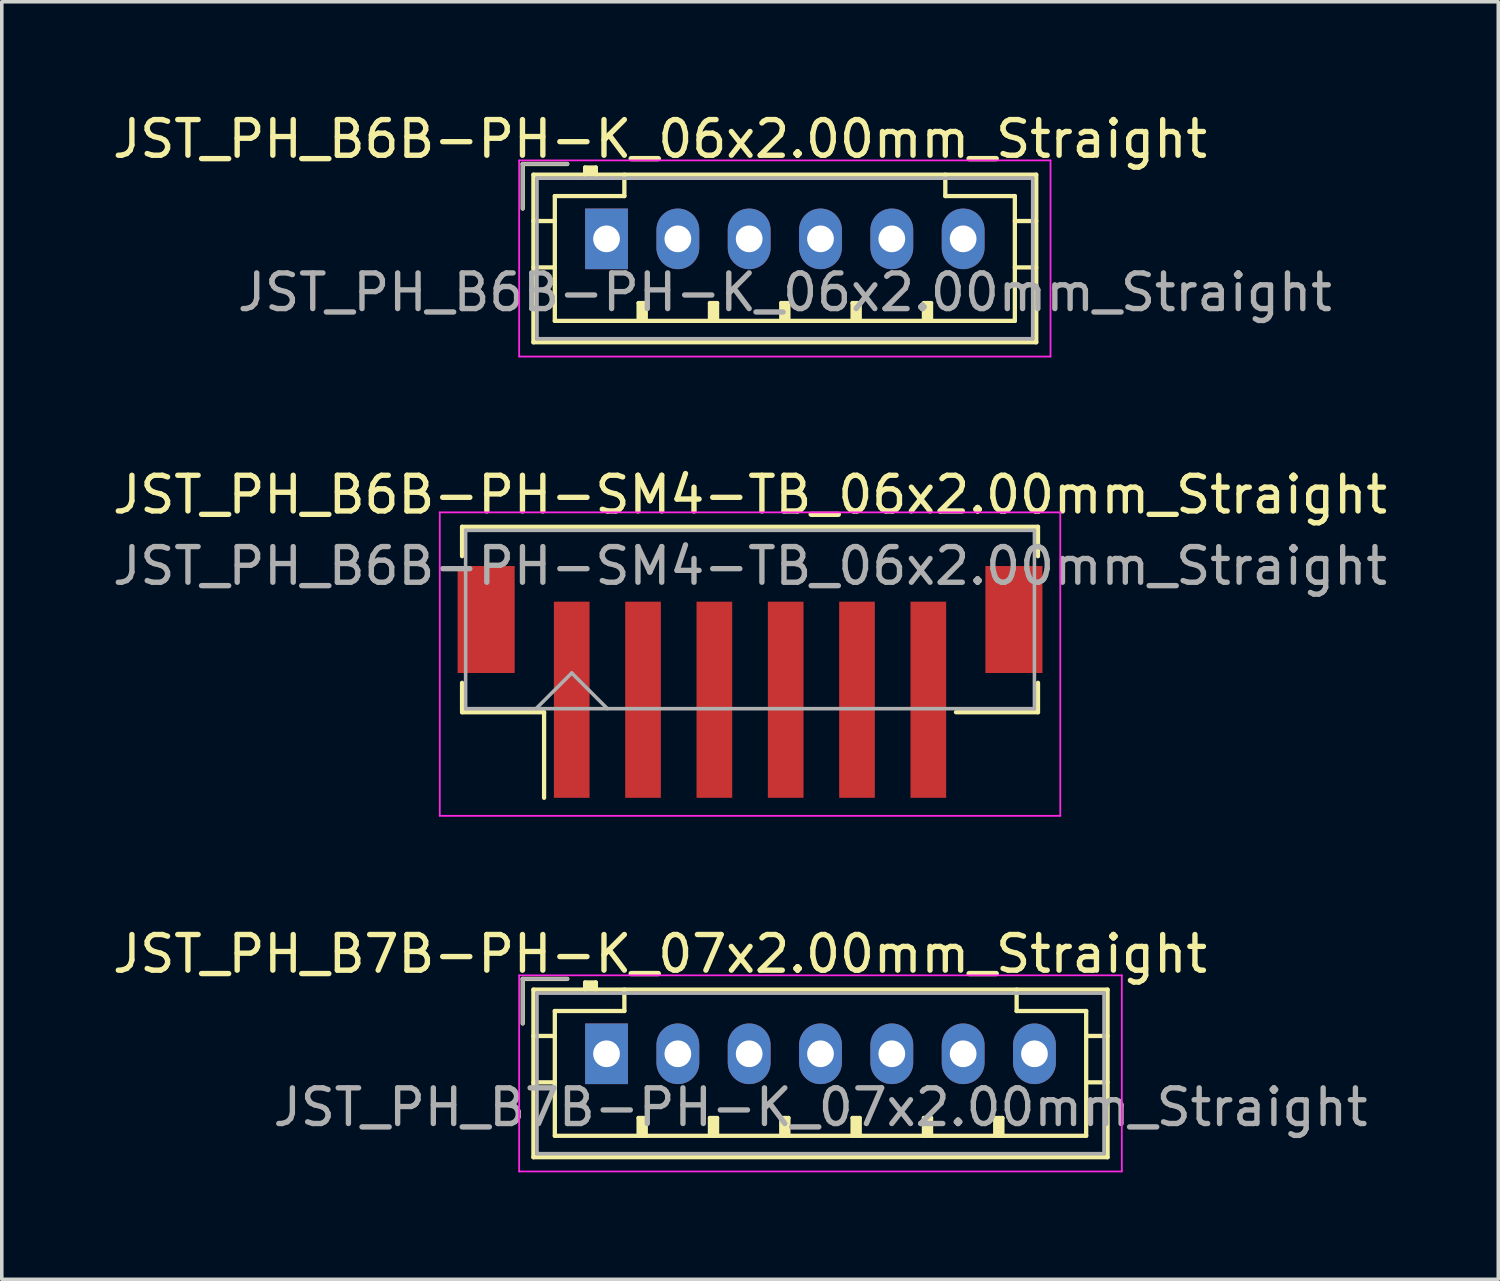
<source format=kicad_pcb>
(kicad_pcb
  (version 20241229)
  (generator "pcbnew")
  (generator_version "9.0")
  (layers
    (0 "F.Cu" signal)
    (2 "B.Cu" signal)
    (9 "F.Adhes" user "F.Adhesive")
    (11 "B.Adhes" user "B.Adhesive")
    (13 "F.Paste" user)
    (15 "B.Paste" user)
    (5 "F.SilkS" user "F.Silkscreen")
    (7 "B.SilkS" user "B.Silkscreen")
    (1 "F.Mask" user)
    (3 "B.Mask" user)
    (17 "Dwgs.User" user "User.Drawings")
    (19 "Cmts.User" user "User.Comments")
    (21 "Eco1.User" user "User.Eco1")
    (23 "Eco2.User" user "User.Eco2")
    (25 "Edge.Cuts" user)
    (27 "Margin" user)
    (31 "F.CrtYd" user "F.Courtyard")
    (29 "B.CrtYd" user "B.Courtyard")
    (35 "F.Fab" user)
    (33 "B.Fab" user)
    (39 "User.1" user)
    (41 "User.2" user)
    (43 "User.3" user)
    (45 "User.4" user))
  (footprint "JST_PH_B6B-PH-K_06x2.00mm_Straight"
    (layer "F.Cu")
    (at 13.958 3.648)
    (property "Reference" "JST_PH_B6B-PH-K_06x2.00mm_Straight" (at 1.5 -2.8 0) (layer "F.SilkS") (effects (font (size 1 1) (thickness 0.15))))
    (attr through_hole)
    (fp_line (start -2.35 -2.1) (end -2.35 -0.85) (stroke (width 0.12) (type solid)) (layer "F.SilkS"))
    (fp_line (start -2.05 -1.8) (end -2.05 2.9) (stroke (width 0.12) (type solid)) (layer "F.SilkS"))
    (fp_line (start -2.05 -0.5) (end -1.45 -0.5) (stroke (width 0.12) (type solid)) (layer "F.SilkS"))
    (fp_line (start -2.05 0.8) (end -1.45 0.8) (stroke (width 0.12) (type solid)) (layer "F.SilkS"))
    (fp_line (start -2.05 2.9) (end 12.05 2.9) (stroke (width 0.12) (type solid)) (layer "F.SilkS"))
    (fp_line (start -1.45 -1.2) (end -1.45 2.3) (stroke (width 0.12) (type solid)) (layer "F.SilkS"))
    (fp_line (start -1.45 2.3) (end 11.45 2.3) (stroke (width 0.12) (type solid)) (layer "F.SilkS"))
    (fp_line (start -1.1 -2.1) (end -2.35 -2.1) (stroke (width 0.12) (type solid)) (layer "F.SilkS"))
    (fp_line (start -0.6 -2) (end -0.6 -1.8) (stroke (width 0.12) (type solid)) (layer "F.SilkS"))
    (fp_line (start -0.3 -2) (end -0.6 -2) (stroke (width 0.12) (type solid)) (layer "F.SilkS"))
    (fp_line (start -0.3 -1.9) (end -0.6 -1.9) (stroke (width 0.12) (type solid)) (layer "F.SilkS"))
    (fp_line (start -0.3 -1.8) (end -0.3 -2) (stroke (width 0.12) (type solid)) (layer "F.SilkS"))
    (fp_line (start 0.5 -1.8) (end 0.5 -1.2) (stroke (width 0.12) (type solid)) (layer "F.SilkS"))
    (fp_line (start 0.5 -1.2) (end -1.45 -1.2) (stroke (width 0.12) (type solid)) (layer "F.SilkS"))
    (fp_line (start 0.9 1.8) (end 1.1 1.8) (stroke (width 0.12) (type solid)) (layer "F.SilkS"))
    (fp_line (start 0.9 2.3) (end 0.9 1.8) (stroke (width 0.12) (type solid)) (layer "F.SilkS"))
    (fp_line (start 1 2.3) (end 1 1.8) (stroke (width 0.12) (type solid)) (layer "F.SilkS"))
    (fp_line (start 1.1 1.8) (end 1.1 2.3) (stroke (width 0.12) (type solid)) (layer "F.SilkS"))
    (fp_line (start 2.9 1.8) (end 3.1 1.8) (stroke (width 0.12) (type solid)) (layer "F.SilkS"))
    (fp_line (start 2.9 2.3) (end 2.9 1.8) (stroke (width 0.12) (type solid)) (layer "F.SilkS"))
    (fp_line (start 3 2.3) (end 3 1.8) (stroke (width 0.12) (type solid)) (layer "F.SilkS"))
    (fp_line (start 3.1 1.8) (end 3.1 2.3) (stroke (width 0.12) (type solid)) (layer "F.SilkS"))
    (fp_line (start 4.9 1.8) (end 5.1 1.8) (stroke (width 0.12) (type solid)) (layer "F.SilkS"))
    (fp_line (start 4.9 2.3) (end 4.9 1.8) (stroke (width 0.12) (type solid)) (layer "F.SilkS"))
    (fp_line (start 5 2.3) (end 5 1.8) (stroke (width 0.12) (type solid)) (layer "F.SilkS"))
    (fp_line (start 5.1 1.8) (end 5.1 2.3) (stroke (width 0.12) (type solid)) (layer "F.SilkS"))
    (fp_line (start 6.9 1.8) (end 7.1 1.8) (stroke (width 0.12) (type solid)) (layer "F.SilkS"))
    (fp_line (start 6.9 2.3) (end 6.9 1.8) (stroke (width 0.12) (type solid)) (layer "F.SilkS"))
    (fp_line (start 7 2.3) (end 7 1.8) (stroke (width 0.12) (type solid)) (layer "F.SilkS"))
    (fp_line (start 7.1 1.8) (end 7.1 2.3) (stroke (width 0.12) (type solid)) (layer "F.SilkS"))
    (fp_line (start 8.9 1.8) (end 9.1 1.8) (stroke (width 0.12) (type solid)) (layer "F.SilkS"))
    (fp_line (start 8.9 2.3) (end 8.9 1.8) (stroke (width 0.12) (type solid)) (layer "F.SilkS"))
    (fp_line (start 9 2.3) (end 9 1.8) (stroke (width 0.12) (type solid)) (layer "F.SilkS"))
    (fp_line (start 9.1 1.8) (end 9.1 2.3) (stroke (width 0.12) (type solid)) (layer "F.SilkS"))
    (fp_line (start 9.5 -1.2) (end 9.5 -1.8) (stroke (width 0.12) (type solid)) (layer "F.SilkS"))
    (fp_line (start 11.45 -1.2) (end 9.5 -1.2) (stroke (width 0.12) (type solid)) (layer "F.SilkS"))
    (fp_line (start 11.45 2.3) (end 11.45 -1.2) (stroke (width 0.12) (type solid)) (layer "F.SilkS"))
    (fp_line (start 12.05 -1.8) (end -2.05 -1.8) (stroke (width 0.12) (type solid)) (layer "F.SilkS"))
    (fp_line (start 12.05 -0.5) (end 11.45 -0.5) (stroke (width 0.12) (type solid)) (layer "F.SilkS"))
    (fp_line (start 12.05 0.8) (end 11.45 0.8) (stroke (width 0.12) (type solid)) (layer "F.SilkS"))
    (fp_line (start 12.05 2.9) (end 12.05 -1.8) (stroke (width 0.12) (type solid)) (layer "F.SilkS"))
    (fp_line (start -2.45 -2.2) (end -2.45 3.3) (stroke (width 0.05) (type solid)) (layer "F.CrtYd"))
    (fp_line (start -2.45 3.3) (end 12.45 3.3) (stroke (width 0.05) (type solid)) (layer "F.CrtYd"))
    (fp_line (start 12.45 -2.2) (end -2.45 -2.2) (stroke (width 0.05) (type solid)) (layer "F.CrtYd"))
    (fp_line (start 12.45 3.3) (end 12.45 -2.2) (stroke (width 0.05) (type solid)) (layer "F.CrtYd"))
    (fp_line (start -2.35 -2.1) (end -2.35 -0.85) (stroke (width 0.1) (type solid)) (layer "F.Fab"))
    (fp_line (start -1.95 -1.7) (end -1.95 2.8) (stroke (width 0.1) (type solid)) (layer "F.Fab"))
    (fp_line (start -1.95 2.8) (end 11.95 2.8) (stroke (width 0.1) (type solid)) (layer "F.Fab"))
    (fp_line (start -1.1 -2.1) (end -2.35 -2.1) (stroke (width 0.1) (type solid)) (layer "F.Fab"))
    (fp_line (start 11.95 -1.7) (end -1.95 -1.7) (stroke (width 0.1) (type solid)) (layer "F.Fab"))
    (fp_line (start 11.95 2.8) (end 11.95 -1.7) (stroke (width 0.1) (type solid)) (layer "F.Fab"))
    (fp_text user "${REFERENCE}" (at 5 1.5 0) (layer "F.Fab") (effects (font (size 1 1) (thickness 0.15))))
    (pad "1" thru_hole rect (at 0 0) (size 1.2 1.7) (drill 0.75) (layers "*.Cu" "*.Mask"))
    (pad "2" thru_hole oval (at 2 0) (size 1.2 1.7) (drill 0.75) (layers "*.Cu" "*.Mask"))
    (pad "3" thru_hole oval (at 4 0) (size 1.2 1.7) (drill 0.75) (layers "*.Cu" "*.Mask"))
    (pad "4" thru_hole oval (at 6 0) (size 1.2 1.7) (drill 0.75) (layers "*.Cu" "*.Mask"))
    (pad "5" thru_hole oval (at 8 0) (size 1.2 1.7) (drill 0.75) (layers "*.Cu" "*.Mask"))
    (pad "6" thru_hole oval (at 10 0) (size 1.2 1.7) (drill 0.75) (layers "*.Cu" "*.Mask")))
  (footprint "JST_PH_B6B-PH-SM4-TB_06x2.00mm_Straight"
    (layer "F.Cu")
    (at 17.982 15.447)
    (property "Reference" "JST_PH_B6B-PH-SM4-TB_06x2.00mm_Straight" (at 0 -4.625 0) (layer "F.SilkS") (effects (font (size 1 1) (thickness 0.15))))
    (attr smd)
    (fp_line (start -8.075 -3.725) (end 8.075 -3.725) (stroke (width 0.12) (type solid)) (layer "F.SilkS"))
    (fp_line (start -8.075 -2.9) (end -8.075 -3.725) (stroke (width 0.12) (type solid)) (layer "F.SilkS"))
    (fp_line (start -8.075 0.65) (end -8.075 1.475) (stroke (width 0.12) (type solid)) (layer "F.SilkS"))
    (fp_line (start -8.075 1.475) (end -5.775 1.475) (stroke (width 0.12) (type solid)) (layer "F.SilkS"))
    (fp_line (start -5.775 1.475) (end -5.775 3.875) (stroke (width 0.12) (type solid)) (layer "F.SilkS"))
    (fp_line (start 8.075 -3.725) (end 8.075 -2.9) (stroke (width 0.12) (type solid)) (layer "F.SilkS"))
    (fp_line (start 8.075 0.65) (end 8.075 1.475) (stroke (width 0.12) (type solid)) (layer "F.SilkS"))
    (fp_line (start 8.075 1.475) (end 5.775 1.475) (stroke (width 0.12) (type solid)) (layer "F.SilkS"))
    (fp_line (start -8.7 -4.13) (end -8.7 4.38) (stroke (width 0.05) (type solid)) (layer "F.CrtYd"))
    (fp_line (start -8.7 4.38) (end 8.7 4.38) (stroke (width 0.05) (type solid)) (layer "F.CrtYd"))
    (fp_line (start 8.7 -4.13) (end -8.7 -4.13) (stroke (width 0.05) (type solid)) (layer "F.CrtYd"))
    (fp_line (start 8.7 4.38) (end 8.7 -4.13) (stroke (width 0.05) (type solid)) (layer "F.CrtYd"))
    (fp_line (start -7.975 -3.625) (end -7.975 1.375) (stroke (width 0.1) (type solid)) (layer "F.Fab"))
    (fp_line (start -7.975 1.375) (end 7.975 1.375) (stroke (width 0.1) (type solid)) (layer "F.Fab"))
    (fp_line (start -6 1.375) (end -5 0.375) (stroke (width 0.1) (type solid)) (layer "F.Fab"))
    (fp_line (start -5 0.375) (end -4 1.375) (stroke (width 0.1) (type solid)) (layer "F.Fab"))
    (fp_line (start 7.975 -3.625) (end -7.975 -3.625) (stroke (width 0.1) (type solid)) (layer "F.Fab"))
    (fp_line (start 7.975 1.375) (end 7.975 -3.625) (stroke (width 0.1) (type solid)) (layer "F.Fab"))
    (fp_text user "${REFERENCE}" (at 0 -2.625 0) (layer "F.Fab") (effects (font (size 1 1) (thickness 0.15))))
    (pad "" smd rect (at -7.4 -1.125) (size 1.6 3) (layers "F.Cu" "F.Mask" "F.Paste"))
    (pad "" smd rect (at 7.4 -1.125) (size 1.6 3) (layers "F.Cu" "F.Mask" "F.Paste"))
    (pad "1" smd rect (at -5 1.125) (size 1 5.5) (layers "F.Cu" "F.Mask" "F.Paste"))
    (pad "2" smd rect (at -3 1.125) (size 1 5.5) (layers "F.Cu" "F.Mask" "F.Paste"))
    (pad "3" smd rect (at -1 1.125) (size 1 5.5) (layers "F.Cu" "F.Mask" "F.Paste"))
    (pad "4" smd rect (at 1 1.125) (size 1 5.5) (layers "F.Cu" "F.Mask" "F.Paste"))
    (pad "5" smd rect (at 3 1.125) (size 1 5.5) (layers "F.Cu" "F.Mask" "F.Paste"))
    (pad "6" smd rect (at 5 1.125) (size 1 5.5) (layers "F.Cu" "F.Mask" "F.Paste")))
  (footprint "JST_PH_B7B-PH-K_07x2.00mm_Straight"
    (layer "F.Cu")
    (at 13.958 26.5)
    (property "Reference" "JST_PH_B7B-PH-K_07x2.00mm_Straight" (at 1.5 -2.8 0) (layer "F.SilkS") (effects (font (size 1 1) (thickness 0.15))))
    (attr through_hole)
    (fp_line (start -2.35 -2.1) (end -2.35 -0.85) (stroke (width 0.12) (type solid)) (layer "F.SilkS"))
    (fp_line (start -2.05 -1.8) (end -2.05 2.9) (stroke (width 0.12) (type solid)) (layer "F.SilkS"))
    (fp_line (start -2.05 -0.5) (end -1.45 -0.5) (stroke (width 0.12) (type solid)) (layer "F.SilkS"))
    (fp_line (start -2.05 0.8) (end -1.45 0.8) (stroke (width 0.12) (type solid)) (layer "F.SilkS"))
    (fp_line (start -2.05 2.9) (end 14.05 2.9) (stroke (width 0.12) (type solid)) (layer "F.SilkS"))
    (fp_line (start -1.45 -1.2) (end -1.45 2.3) (stroke (width 0.12) (type solid)) (layer "F.SilkS"))
    (fp_line (start -1.45 2.3) (end 13.45 2.3) (stroke (width 0.12) (type solid)) (layer "F.SilkS"))
    (fp_line (start -1.1 -2.1) (end -2.35 -2.1) (stroke (width 0.12) (type solid)) (layer "F.SilkS"))
    (fp_line (start -0.6 -2) (end -0.6 -1.8) (stroke (width 0.12) (type solid)) (layer "F.SilkS"))
    (fp_line (start -0.3 -2) (end -0.6 -2) (stroke (width 0.12) (type solid)) (layer "F.SilkS"))
    (fp_line (start -0.3 -1.9) (end -0.6 -1.9) (stroke (width 0.12) (type solid)) (layer "F.SilkS"))
    (fp_line (start -0.3 -1.8) (end -0.3 -2) (stroke (width 0.12) (type solid)) (layer "F.SilkS"))
    (fp_line (start 0.5 -1.8) (end 0.5 -1.2) (stroke (width 0.12) (type solid)) (layer "F.SilkS"))
    (fp_line (start 0.5 -1.2) (end -1.45 -1.2) (stroke (width 0.12) (type solid)) (layer "F.SilkS"))
    (fp_line (start 0.9 1.8) (end 1.1 1.8) (stroke (width 0.12) (type solid)) (layer "F.SilkS"))
    (fp_line (start 0.9 2.3) (end 0.9 1.8) (stroke (width 0.12) (type solid)) (layer "F.SilkS"))
    (fp_line (start 1 2.3) (end 1 1.8) (stroke (width 0.12) (type solid)) (layer "F.SilkS"))
    (fp_line (start 1.1 1.8) (end 1.1 2.3) (stroke (width 0.12) (type solid)) (layer "F.SilkS"))
    (fp_line (start 2.9 1.8) (end 3.1 1.8) (stroke (width 0.12) (type solid)) (layer "F.SilkS"))
    (fp_line (start 2.9 2.3) (end 2.9 1.8) (stroke (width 0.12) (type solid)) (layer "F.SilkS"))
    (fp_line (start 3 2.3) (end 3 1.8) (stroke (width 0.12) (type solid)) (layer "F.SilkS"))
    (fp_line (start 3.1 1.8) (end 3.1 2.3) (stroke (width 0.12) (type solid)) (layer "F.SilkS"))
    (fp_line (start 4.9 1.8) (end 5.1 1.8) (stroke (width 0.12) (type solid)) (layer "F.SilkS"))
    (fp_line (start 4.9 2.3) (end 4.9 1.8) (stroke (width 0.12) (type solid)) (layer "F.SilkS"))
    (fp_line (start 5 2.3) (end 5 1.8) (stroke (width 0.12) (type solid)) (layer "F.SilkS"))
    (fp_line (start 5.1 1.8) (end 5.1 2.3) (stroke (width 0.12) (type solid)) (layer "F.SilkS"))
    (fp_line (start 6.9 1.8) (end 7.1 1.8) (stroke (width 0.12) (type solid)) (layer "F.SilkS"))
    (fp_line (start 6.9 2.3) (end 6.9 1.8) (stroke (width 0.12) (type solid)) (layer "F.SilkS"))
    (fp_line (start 7 2.3) (end 7 1.8) (stroke (width 0.12) (type solid)) (layer "F.SilkS"))
    (fp_line (start 7.1 1.8) (end 7.1 2.3) (stroke (width 0.12) (type solid)) (layer "F.SilkS"))
    (fp_line (start 8.9 1.8) (end 9.1 1.8) (stroke (width 0.12) (type solid)) (layer "F.SilkS"))
    (fp_line (start 8.9 2.3) (end 8.9 1.8) (stroke (width 0.12) (type solid)) (layer "F.SilkS"))
    (fp_line (start 9 2.3) (end 9 1.8) (stroke (width 0.12) (type solid)) (layer "F.SilkS"))
    (fp_line (start 9.1 1.8) (end 9.1 2.3) (stroke (width 0.12) (type solid)) (layer "F.SilkS"))
    (fp_line (start 10.9 1.8) (end 11.1 1.8) (stroke (width 0.12) (type solid)) (layer "F.SilkS"))
    (fp_line (start 10.9 2.3) (end 10.9 1.8) (stroke (width 0.12) (type solid)) (layer "F.SilkS"))
    (fp_line (start 11 2.3) (end 11 1.8) (stroke (width 0.12) (type solid)) (layer "F.SilkS"))
    (fp_line (start 11.1 1.8) (end 11.1 2.3) (stroke (width 0.12) (type solid)) (layer "F.SilkS"))
    (fp_line (start 11.5 -1.2) (end 11.5 -1.8) (stroke (width 0.12) (type solid)) (layer "F.SilkS"))
    (fp_line (start 13.45 -1.2) (end 11.5 -1.2) (stroke (width 0.12) (type solid)) (layer "F.SilkS"))
    (fp_line (start 13.45 2.3) (end 13.45 -1.2) (stroke (width 0.12) (type solid)) (layer "F.SilkS"))
    (fp_line (start 14.05 -1.8) (end -2.05 -1.8) (stroke (width 0.12) (type solid)) (layer "F.SilkS"))
    (fp_line (start 14.05 -0.5) (end 13.45 -0.5) (stroke (width 0.12) (type solid)) (layer "F.SilkS"))
    (fp_line (start 14.05 0.8) (end 13.45 0.8) (stroke (width 0.12) (type solid)) (layer "F.SilkS"))
    (fp_line (start 14.05 2.9) (end 14.05 -1.8) (stroke (width 0.12) (type solid)) (layer "F.SilkS"))
    (fp_line (start -2.45 -2.2) (end -2.45 3.3) (stroke (width 0.05) (type solid)) (layer "F.CrtYd"))
    (fp_line (start -2.45 3.3) (end 14.45 3.3) (stroke (width 0.05) (type solid)) (layer "F.CrtYd"))
    (fp_line (start 14.45 -2.2) (end -2.45 -2.2) (stroke (width 0.05) (type solid)) (layer "F.CrtYd"))
    (fp_line (start 14.45 3.3) (end 14.45 -2.2) (stroke (width 0.05) (type solid)) (layer "F.CrtYd"))
    (fp_line (start -2.35 -2.1) (end -2.35 -0.85) (stroke (width 0.1) (type solid)) (layer "F.Fab"))
    (fp_line (start -1.95 -1.7) (end -1.95 2.8) (stroke (width 0.1) (type solid)) (layer "F.Fab"))
    (fp_line (start -1.95 2.8) (end 13.95 2.8) (stroke (width 0.1) (type solid)) (layer "F.Fab"))
    (fp_line (start -1.1 -2.1) (end -2.35 -2.1) (stroke (width 0.1) (type solid)) (layer "F.Fab"))
    (fp_line (start 13.95 -1.7) (end -1.95 -1.7) (stroke (width 0.1) (type solid)) (layer "F.Fab"))
    (fp_line (start 13.95 2.8) (end 13.95 -1.7) (stroke (width 0.1) (type solid)) (layer "F.Fab"))
    (fp_text user "${REFERENCE}" (at 6 1.5 0) (layer "F.Fab") (effects (font (size 1 1) (thickness 0.15))))
    (pad "1" thru_hole rect (at 0 0) (size 1.2 1.7) (drill 0.75) (layers "*.Cu" "*.Mask"))
    (pad "2" thru_hole oval (at 2 0) (size 1.2 1.7) (drill 0.75) (layers "*.Cu" "*.Mask"))
    (pad "3" thru_hole oval (at 4 0) (size 1.2 1.7) (drill 0.75) (layers "*.Cu" "*.Mask"))
    (pad "4" thru_hole oval (at 6 0) (size 1.2 1.7) (drill 0.75) (layers "*.Cu" "*.Mask"))
    (pad "5" thru_hole oval (at 8 0) (size 1.2 1.7) (drill 0.75) (layers "*.Cu" "*.Mask"))
    (pad "6" thru_hole oval (at 10 0) (size 1.2 1.7) (drill 0.75) (layers "*.Cu" "*.Mask"))
    (pad "7" thru_hole oval (at 12 0) (size 1.2 1.7) (drill 0.75) (layers "*.Cu" "*.Mask")))
  (gr_rect
    (start -3 -3)
    (end 38.964 32.825)
    (stroke (width 0.1) (type default))
    (fill no)
    (layer "Edge.Cuts")))
</source>
